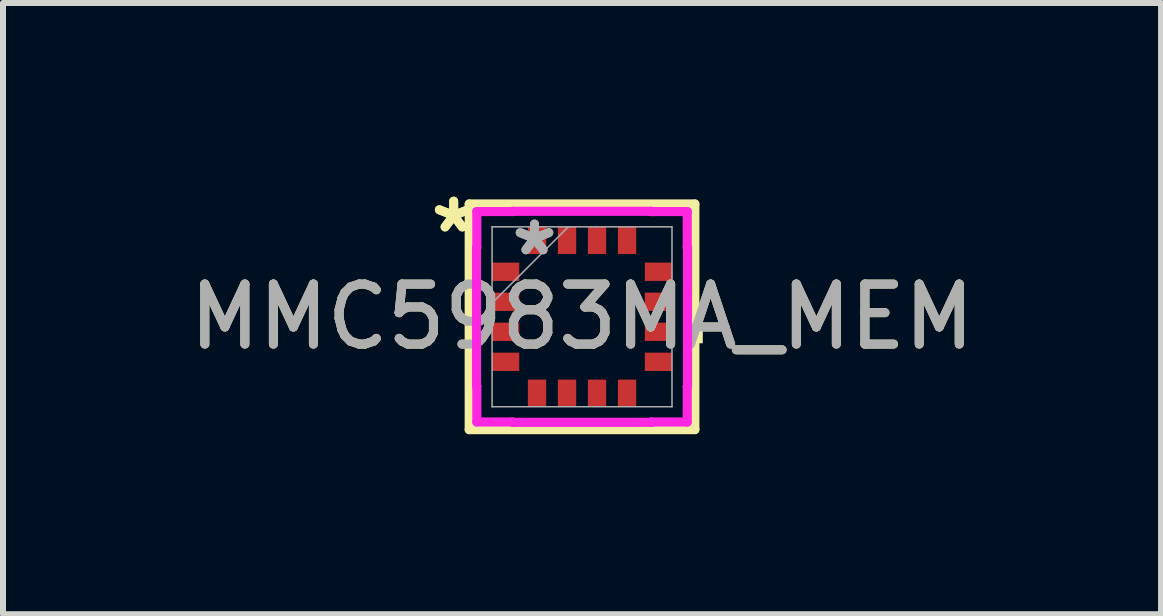
<source format=kicad_pcb>
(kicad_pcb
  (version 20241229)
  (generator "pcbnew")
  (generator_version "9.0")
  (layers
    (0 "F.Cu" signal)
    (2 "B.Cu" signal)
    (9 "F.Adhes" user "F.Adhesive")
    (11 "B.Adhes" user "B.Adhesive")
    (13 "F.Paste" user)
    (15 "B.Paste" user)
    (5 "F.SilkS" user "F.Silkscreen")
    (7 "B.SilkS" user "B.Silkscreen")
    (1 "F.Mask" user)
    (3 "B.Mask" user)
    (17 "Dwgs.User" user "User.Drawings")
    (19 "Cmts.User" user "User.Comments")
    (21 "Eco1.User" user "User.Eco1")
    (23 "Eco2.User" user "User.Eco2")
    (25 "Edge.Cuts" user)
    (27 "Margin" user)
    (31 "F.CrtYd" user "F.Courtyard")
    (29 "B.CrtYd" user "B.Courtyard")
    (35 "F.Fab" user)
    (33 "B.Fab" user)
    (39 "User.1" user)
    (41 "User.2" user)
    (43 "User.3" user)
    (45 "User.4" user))
  (footprint "MMC5983MA_MEM"
    (layer "F.Cu")
    (at 6.649 2.229)
    (property "Reference" "MMC5983MA_MEM" (at 0 0 0) (unlocked yes) (layer "F.SilkS") (effects (font (size 1 1) (thickness 0.15))))
    (attr smd)
    (fp_line (start -1.88 -1.88) (end -1.88 1.88) (stroke (width 0.152) (type solid)) (layer "F.SilkS"))
    (fp_line (start -1.88 1.88) (end 1.88 1.88) (stroke (width 0.152) (type solid)) (layer "F.SilkS"))
    (fp_line (start 1.88 -1.88) (end -1.88 -1.88) (stroke (width 0.152) (type solid)) (layer "F.SilkS"))
    (fp_line (start 1.88 1.88) (end 1.88 -1.88) (stroke (width 0.152) (type solid)) (layer "F.SilkS"))
    (fp_poly (pts (xy 2.012 0.059) (xy 2.012 0.441) (xy 1.758 0.441) (xy 1.758 0.059)) (stroke (width 0) (type solid)) (fill yes) (layer "F.SilkS"))
    (fp_line (start -1.758 -1.156) (end -1.753 -1.156) (stroke (width 0.152) (type solid)) (layer "F.CrtYd"))
    (fp_line (start -1.758 1.156) (end -1.758 -1.156) (stroke (width 0.152) (type solid)) (layer "F.CrtYd"))
    (fp_line (start -1.753 -1.753) (end -1.156 -1.753) (stroke (width 0.152) (type solid)) (layer "F.CrtYd"))
    (fp_line (start -1.753 -1.156) (end -1.753 -1.753) (stroke (width 0.152) (type solid)) (layer "F.CrtYd"))
    (fp_line (start -1.753 1.156) (end -1.758 1.156) (stroke (width 0.152) (type solid)) (layer "F.CrtYd"))
    (fp_line (start -1.753 1.753) (end -1.753 1.156) (stroke (width 0.152) (type solid)) (layer "F.CrtYd"))
    (fp_line (start -1.156 -1.758) (end 1.156 -1.758) (stroke (width 0.152) (type solid)) (layer "F.CrtYd"))
    (fp_line (start -1.156 -1.753) (end -1.156 -1.758) (stroke (width 0.152) (type solid)) (layer "F.CrtYd"))
    (fp_line (start -1.156 1.753) (end -1.753 1.753) (stroke (width 0.152) (type solid)) (layer "F.CrtYd"))
    (fp_line (start -1.156 1.758) (end -1.156 1.753) (stroke (width 0.152) (type solid)) (layer "F.CrtYd"))
    (fp_line (start 1.156 -1.758) (end 1.156 -1.753) (stroke (width 0.152) (type solid)) (layer "F.CrtYd"))
    (fp_line (start 1.156 -1.753) (end 1.753 -1.753) (stroke (width 0.152) (type solid)) (layer "F.CrtYd"))
    (fp_line (start 1.156 1.753) (end 1.156 1.758) (stroke (width 0.152) (type solid)) (layer "F.CrtYd"))
    (fp_line (start 1.156 1.758) (end -1.156 1.758) (stroke (width 0.152) (type solid)) (layer "F.CrtYd"))
    (fp_line (start 1.753 -1.753) (end 1.753 -1.156) (stroke (width 0.152) (type solid)) (layer "F.CrtYd"))
    (fp_line (start 1.753 -1.156) (end 1.758 -1.156) (stroke (width 0.152) (type solid)) (layer "F.CrtYd"))
    (fp_line (start 1.753 1.156) (end 1.753 1.753) (stroke (width 0.152) (type solid)) (layer "F.CrtYd"))
    (fp_line (start 1.753 1.753) (end 1.156 1.753) (stroke (width 0.152) (type solid)) (layer "F.CrtYd"))
    (fp_line (start 1.758 -1.156) (end 1.758 1.156) (stroke (width 0.152) (type solid)) (layer "F.CrtYd"))
    (fp_line (start 1.758 1.156) (end 1.753 1.156) (stroke (width 0.152) (type solid)) (layer "F.CrtYd"))
    (fp_line (start -1.499 -1.499) (end -1.499 1.499) (stroke (width 0.025) (type solid)) (layer "F.Fab"))
    (fp_line (start -1.499 -0.229) (end -0.229 -1.499) (stroke (width 0.025) (type solid)) (layer "F.Fab"))
    (fp_line (start -1.499 1.499) (end 1.499 1.499) (stroke (width 0.025) (type solid)) (layer "F.Fab"))
    (fp_line (start 1.499 -1.499) (end -1.499 -1.499) (stroke (width 0.025) (type solid)) (layer "F.Fab"))
    (fp_line (start 1.499 1.499) (end 1.499 -1.499) (stroke (width 0.025) (type solid)) (layer "F.Fab"))
    (fp_text user "*" (at -2.139 -1.381 0) (layer "F.SilkS") (effects (font (size 1 1) (thickness 0.15))))
    (fp_text user "*" (at -2.139 -1.381 0) (unlocked yes) (layer "F.SilkS") (effects (font (size 1 1) (thickness 0.15))))
    (fp_text user "*" (at -0.792 -1 0) (unlocked yes) (layer "F.Fab") (effects (font (size 1 1) (thickness 0.15))))
    (fp_text user "${REFERENCE}" (at 0 0 0) (unlocked yes) (layer "F.Fab") (effects (font (size 1 1) (thickness 0.15))))
    (fp_text user "*" (at -0.792 -1 0) (layer "F.Fab") (effects (font (size 1 1) (thickness 0.15))))
    (pad "1" smd rect (at -1.275 -0.75 90) (size 0.305 0.457) (layers "F.Cu" "F.Mask" "F.Paste"))
    (pad "2" smd rect (at -1.275 -0.25 90) (size 0.305 0.457) (layers "F.Cu" "F.Mask" "F.Paste"))
    (pad "3" smd rect (at -1.275 0.25 90) (size 0.305 0.457) (layers "F.Cu" "F.Mask" "F.Paste"))
    (pad "4" smd rect (at -1.275 0.75 90) (size 0.305 0.457) (layers "F.Cu" "F.Mask" "F.Paste"))
    (pad "5" smd rect (at -0.75 1.275) (size 0.305 0.457) (layers "F.Cu" "F.Mask" "F.Paste"))
    (pad "6" smd rect (at -0.25 1.275) (size 0.305 0.457) (layers "F.Cu" "F.Mask" "F.Paste"))
    (pad "7" smd rect (at 0.25 1.275) (size 0.305 0.457) (layers "F.Cu" "F.Mask" "F.Paste"))
    (pad "8" smd rect (at 0.75 1.275) (size 0.305 0.457) (layers "F.Cu" "F.Mask" "F.Paste"))
    (pad "9" smd rect (at 1.275 0.75 90) (size 0.305 0.457) (layers "F.Cu" "F.Mask" "F.Paste"))
    (pad "10" smd rect (at 1.275 0.25 90) (size 0.305 0.457) (layers "F.Cu" "F.Mask" "F.Paste"))
    (pad "11" smd rect (at 1.275 -0.25 90) (size 0.305 0.457) (layers "F.Cu" "F.Mask" "F.Paste"))
    (pad "12" smd rect (at 1.275 -0.75 90) (size 0.305 0.457) (layers "F.Cu" "F.Mask" "F.Paste"))
    (pad "13" smd rect (at 0.75 -1.275) (size 0.305 0.457) (layers "F.Cu" "F.Mask" "F.Paste"))
    (pad "14" smd rect (at 0.25 -1.275) (size 0.305 0.457) (layers "F.Cu" "F.Mask" "F.Paste"))
    (pad "15" smd rect (at -0.25 -1.275) (size 0.305 0.457) (layers "F.Cu" "F.Mask" "F.Paste"))
    (pad "16" smd rect (at -0.75 -1.275) (size 0.305 0.457) (layers "F.Cu" "F.Mask" "F.Paste")))
  (gr_rect
    (start -3 -3)
    (end 16.298 7.185)
    (stroke (width 0.1) (type default))
    (fill no)
    (layer "Edge.Cuts")))
</source>
